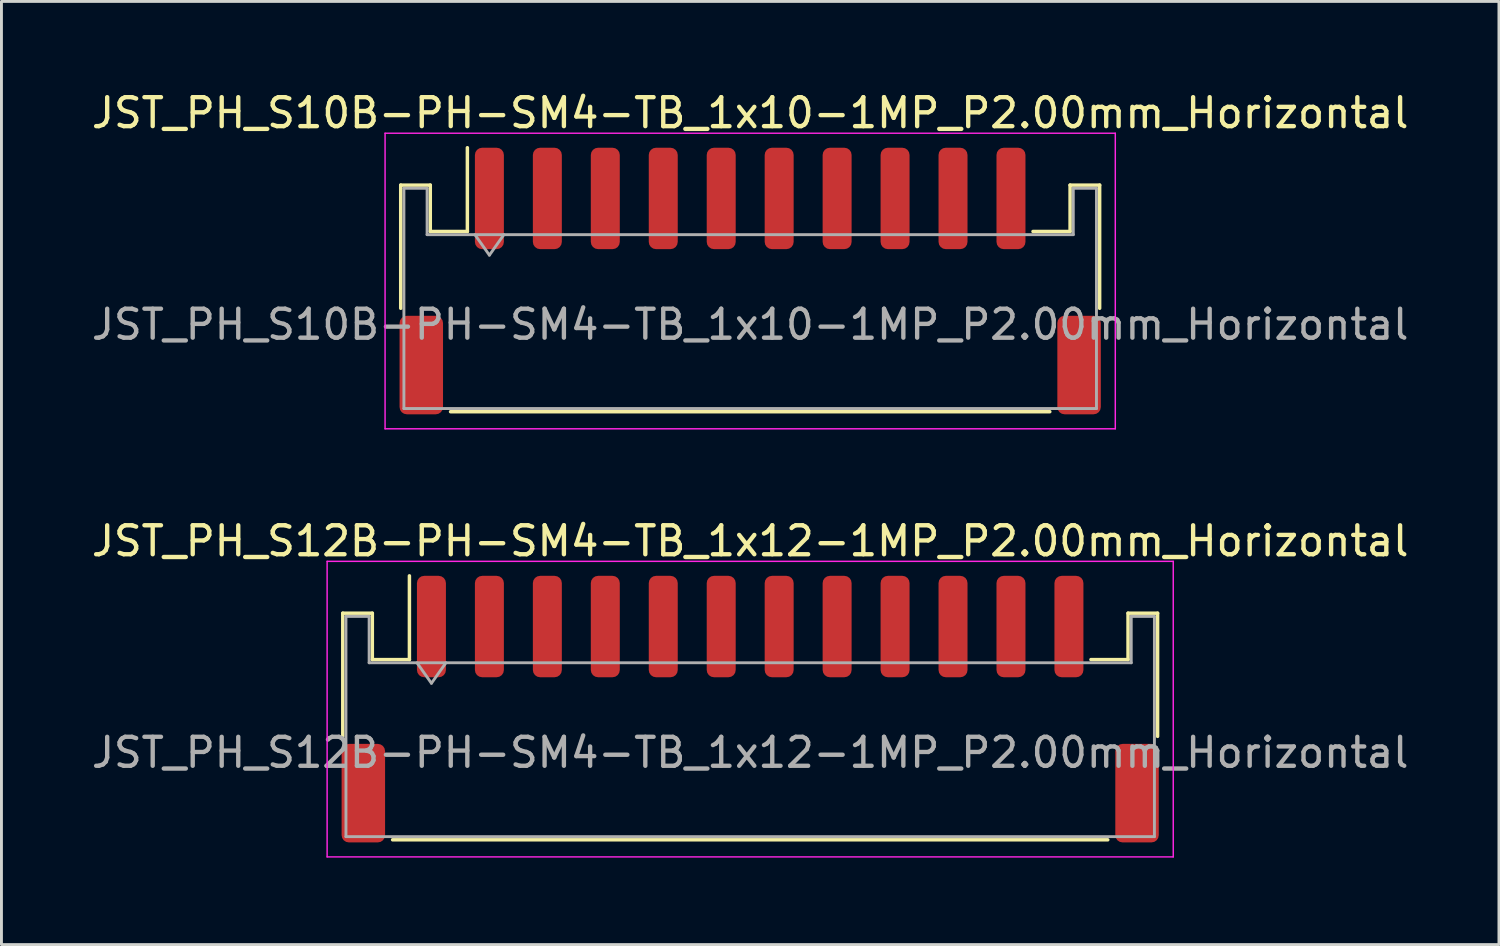
<source format=kicad_pcb>
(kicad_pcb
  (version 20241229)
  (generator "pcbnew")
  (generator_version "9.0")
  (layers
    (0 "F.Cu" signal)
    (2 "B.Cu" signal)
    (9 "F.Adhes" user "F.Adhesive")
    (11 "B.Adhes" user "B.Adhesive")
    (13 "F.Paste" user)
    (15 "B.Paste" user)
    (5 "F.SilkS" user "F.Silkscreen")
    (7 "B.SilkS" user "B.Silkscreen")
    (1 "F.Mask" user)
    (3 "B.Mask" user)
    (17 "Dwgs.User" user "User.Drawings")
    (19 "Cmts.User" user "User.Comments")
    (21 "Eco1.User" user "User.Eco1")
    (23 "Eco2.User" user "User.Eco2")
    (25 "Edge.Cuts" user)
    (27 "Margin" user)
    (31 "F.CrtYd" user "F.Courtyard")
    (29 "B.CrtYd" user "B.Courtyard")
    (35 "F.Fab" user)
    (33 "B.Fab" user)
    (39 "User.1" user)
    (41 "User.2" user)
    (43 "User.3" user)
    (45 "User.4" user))
  (footprint "JST_PH_S12B-PH-SM4-TB_1x12-1MP_P2.00mm_Horizontal"
    (layer "F.Cu")
    (at 22.839 21.422)
    (property "Reference" "JST_PH_S12B-PH-SM4-TB_1x12-1MP_P2.00mm_Horizontal" (at 0 -5.8 0) (layer "F.SilkS") (effects (font (size 1 1) (thickness 0.15))))
    (attr smd)
    (fp_line (start -14.06 -3.31) (end -13.04 -3.31) (stroke (width 0.12) (type solid)) (layer "F.SilkS"))
    (fp_line (start -14.06 0.94) (end -14.06 -3.31) (stroke (width 0.12) (type solid)) (layer "F.SilkS"))
    (fp_line (start -13.04 -3.31) (end -13.04 -1.71) (stroke (width 0.12) (type solid)) (layer "F.SilkS"))
    (fp_line (start -13.04 -1.71) (end -11.76 -1.71) (stroke (width 0.12) (type solid)) (layer "F.SilkS"))
    (fp_line (start -12.34 4.51) (end 12.34 4.51) (stroke (width 0.12) (type solid)) (layer "F.SilkS"))
    (fp_line (start -11.76 -1.71) (end -11.76 -4.6) (stroke (width 0.12) (type solid)) (layer "F.SilkS"))
    (fp_line (start 13.04 -3.31) (end 13.04 -1.71) (stroke (width 0.12) (type solid)) (layer "F.SilkS"))
    (fp_line (start 13.04 -1.71) (end 11.76 -1.71) (stroke (width 0.12) (type solid)) (layer "F.SilkS"))
    (fp_line (start 14.06 -3.31) (end 13.04 -3.31) (stroke (width 0.12) (type solid)) (layer "F.SilkS"))
    (fp_line (start 14.06 0.94) (end 14.06 -3.31) (stroke (width 0.12) (type solid)) (layer "F.SilkS"))
    (fp_line (start -14.6 -5.1) (end -14.6 5.1) (stroke (width 0.05) (type solid)) (layer "F.CrtYd"))
    (fp_line (start -14.6 5.1) (end 14.6 5.1) (stroke (width 0.05) (type solid)) (layer "F.CrtYd"))
    (fp_line (start 14.6 -5.1) (end -14.6 -5.1) (stroke (width 0.05) (type solid)) (layer "F.CrtYd"))
    (fp_line (start 14.6 5.1) (end 14.6 -5.1) (stroke (width 0.05) (type solid)) (layer "F.CrtYd"))
    (fp_line (start -13.95 -3.2) (end -13.95 4.4) (stroke (width 0.1) (type solid)) (layer "F.Fab"))
    (fp_line (start -13.95 -3.2) (end -13.15 -3.2) (stroke (width 0.1) (type solid)) (layer "F.Fab"))
    (fp_line (start -13.95 4.4) (end 13.95 4.4) (stroke (width 0.1) (type solid)) (layer "F.Fab"))
    (fp_line (start -13.15 -3.2) (end -13.15 -1.6) (stroke (width 0.1) (type solid)) (layer "F.Fab"))
    (fp_line (start -13.15 -1.6) (end 13.15 -1.6) (stroke (width 0.1) (type solid)) (layer "F.Fab"))
    (fp_line (start -11.5 -1.6) (end -11 -0.893) (stroke (width 0.1) (type solid)) (layer "F.Fab"))
    (fp_line (start -11 -0.893) (end -10.5 -1.6) (stroke (width 0.1) (type solid)) (layer "F.Fab"))
    (fp_line (start 13.15 -3.2) (end 13.95 -3.2) (stroke (width 0.1) (type solid)) (layer "F.Fab"))
    (fp_line (start 13.15 -1.6) (end 13.15 -3.2) (stroke (width 0.1) (type solid)) (layer "F.Fab"))
    (fp_line (start 13.95 -3.2) (end 13.95 4.4) (stroke (width 0.1) (type solid)) (layer "F.Fab"))
    (fp_text user "${REFERENCE}" (at 0 1.5 0) (layer "F.Fab") (effects (font (size 1 1) (thickness 0.15))))
    (pad "1" smd roundrect (at -11 -2.85) (size 1 3.5) (layers "F.Cu" "F.Mask" "F.Paste") (roundrect_rratio 0.25))
    (pad "2" smd roundrect (at -9 -2.85) (size 1 3.5) (layers "F.Cu" "F.Mask" "F.Paste") (roundrect_rratio 0.25))
    (pad "3" smd roundrect (at -7 -2.85) (size 1 3.5) (layers "F.Cu" "F.Mask" "F.Paste") (roundrect_rratio 0.25))
    (pad "4" smd roundrect (at -5 -2.85) (size 1 3.5) (layers "F.Cu" "F.Mask" "F.Paste") (roundrect_rratio 0.25))
    (pad "5" smd roundrect (at -3 -2.85) (size 1 3.5) (layers "F.Cu" "F.Mask" "F.Paste") (roundrect_rratio 0.25))
    (pad "6" smd roundrect (at -1 -2.85) (size 1 3.5) (layers "F.Cu" "F.Mask" "F.Paste") (roundrect_rratio 0.25))
    (pad "7" smd roundrect (at 1 -2.85) (size 1 3.5) (layers "F.Cu" "F.Mask" "F.Paste") (roundrect_rratio 0.25))
    (pad "8" smd roundrect (at 3 -2.85) (size 1 3.5) (layers "F.Cu" "F.Mask" "F.Paste") (roundrect_rratio 0.25))
    (pad "9" smd roundrect (at 5 -2.85) (size 1 3.5) (layers "F.Cu" "F.Mask" "F.Paste") (roundrect_rratio 0.25))
    (pad "10" smd roundrect (at 7 -2.85) (size 1 3.5) (layers "F.Cu" "F.Mask" "F.Paste") (roundrect_rratio 0.25))
    (pad "11" smd roundrect (at 9 -2.85) (size 1 3.5) (layers "F.Cu" "F.Mask" "F.Paste") (roundrect_rratio 0.25))
    (pad "12" smd roundrect (at 11 -2.85) (size 1 3.5) (layers "F.Cu" "F.Mask" "F.Paste") (roundrect_rratio 0.25))
    (pad "MP" smd roundrect (at -13.35 2.9) (size 1.5 3.4) (layers "F.Cu" "F.Mask" "F.Paste") (roundrect_rratio 0.167))
    (pad "MP" smd roundrect (at 13.35 2.9) (size 1.5 3.4) (layers "F.Cu" "F.Mask" "F.Paste") (roundrect_rratio 0.167)))
  (footprint "JST_PH_S10B-PH-SM4-TB_1x10-1MP_P2.00mm_Horizontal"
    (layer "F.Cu")
    (at 22.839 6.648)
    (property "Reference" "JST_PH_S10B-PH-SM4-TB_1x10-1MP_P2.00mm_Horizontal" (at 0 -5.8 0) (layer "F.SilkS") (effects (font (size 1 1) (thickness 0.15))))
    (attr smd)
    (fp_line (start -12.06 -3.31) (end -11.04 -3.31) (stroke (width 0.12) (type solid)) (layer "F.SilkS"))
    (fp_line (start -12.06 0.94) (end -12.06 -3.31) (stroke (width 0.12) (type solid)) (layer "F.SilkS"))
    (fp_line (start -11.04 -3.31) (end -11.04 -1.71) (stroke (width 0.12) (type solid)) (layer "F.SilkS"))
    (fp_line (start -11.04 -1.71) (end -9.76 -1.71) (stroke (width 0.12) (type solid)) (layer "F.SilkS"))
    (fp_line (start -10.34 4.51) (end 10.34 4.51) (stroke (width 0.12) (type solid)) (layer "F.SilkS"))
    (fp_line (start -9.76 -1.71) (end -9.76 -4.6) (stroke (width 0.12) (type solid)) (layer "F.SilkS"))
    (fp_line (start 11.04 -3.31) (end 11.04 -1.71) (stroke (width 0.12) (type solid)) (layer "F.SilkS"))
    (fp_line (start 11.04 -1.71) (end 9.76 -1.71) (stroke (width 0.12) (type solid)) (layer "F.SilkS"))
    (fp_line (start 12.06 -3.31) (end 11.04 -3.31) (stroke (width 0.12) (type solid)) (layer "F.SilkS"))
    (fp_line (start 12.06 0.94) (end 12.06 -3.31) (stroke (width 0.12) (type solid)) (layer "F.SilkS"))
    (fp_line (start -12.6 -5.1) (end -12.6 5.1) (stroke (width 0.05) (type solid)) (layer "F.CrtYd"))
    (fp_line (start -12.6 5.1) (end 12.6 5.1) (stroke (width 0.05) (type solid)) (layer "F.CrtYd"))
    (fp_line (start 12.6 -5.1) (end -12.6 -5.1) (stroke (width 0.05) (type solid)) (layer "F.CrtYd"))
    (fp_line (start 12.6 5.1) (end 12.6 -5.1) (stroke (width 0.05) (type solid)) (layer "F.CrtYd"))
    (fp_line (start -11.95 -3.2) (end -11.95 4.4) (stroke (width 0.1) (type solid)) (layer "F.Fab"))
    (fp_line (start -11.95 -3.2) (end -11.15 -3.2) (stroke (width 0.1) (type solid)) (layer "F.Fab"))
    (fp_line (start -11.95 4.4) (end 11.95 4.4) (stroke (width 0.1) (type solid)) (layer "F.Fab"))
    (fp_line (start -11.15 -3.2) (end -11.15 -1.6) (stroke (width 0.1) (type solid)) (layer "F.Fab"))
    (fp_line (start -11.15 -1.6) (end 11.15 -1.6) (stroke (width 0.1) (type solid)) (layer "F.Fab"))
    (fp_line (start -9.5 -1.6) (end -9 -0.893) (stroke (width 0.1) (type solid)) (layer "F.Fab"))
    (fp_line (start -9 -0.893) (end -8.5 -1.6) (stroke (width 0.1) (type solid)) (layer "F.Fab"))
    (fp_line (start 11.15 -3.2) (end 11.95 -3.2) (stroke (width 0.1) (type solid)) (layer "F.Fab"))
    (fp_line (start 11.15 -1.6) (end 11.15 -3.2) (stroke (width 0.1) (type solid)) (layer "F.Fab"))
    (fp_line (start 11.95 -3.2) (end 11.95 4.4) (stroke (width 0.1) (type solid)) (layer "F.Fab"))
    (fp_text user "${REFERENCE}" (at 0 1.5 0) (layer "F.Fab") (effects (font (size 1 1) (thickness 0.15))))
    (pad "1" smd roundrect (at -9 -2.85) (size 1 3.5) (layers "F.Cu" "F.Mask" "F.Paste") (roundrect_rratio 0.25))
    (pad "2" smd roundrect (at -7 -2.85) (size 1 3.5) (layers "F.Cu" "F.Mask" "F.Paste") (roundrect_rratio 0.25))
    (pad "3" smd roundrect (at -5 -2.85) (size 1 3.5) (layers "F.Cu" "F.Mask" "F.Paste") (roundrect_rratio 0.25))
    (pad "4" smd roundrect (at -3 -2.85) (size 1 3.5) (layers "F.Cu" "F.Mask" "F.Paste") (roundrect_rratio 0.25))
    (pad "5" smd roundrect (at -1 -2.85) (size 1 3.5) (layers "F.Cu" "F.Mask" "F.Paste") (roundrect_rratio 0.25))
    (pad "6" smd roundrect (at 1 -2.85) (size 1 3.5) (layers "F.Cu" "F.Mask" "F.Paste") (roundrect_rratio 0.25))
    (pad "7" smd roundrect (at 3 -2.85) (size 1 3.5) (layers "F.Cu" "F.Mask" "F.Paste") (roundrect_rratio 0.25))
    (pad "8" smd roundrect (at 5 -2.85) (size 1 3.5) (layers "F.Cu" "F.Mask" "F.Paste") (roundrect_rratio 0.25))
    (pad "9" smd roundrect (at 7 -2.85) (size 1 3.5) (layers "F.Cu" "F.Mask" "F.Paste") (roundrect_rratio 0.25))
    (pad "10" smd roundrect (at 9 -2.85) (size 1 3.5) (layers "F.Cu" "F.Mask" "F.Paste") (roundrect_rratio 0.25))
    (pad "MP" smd roundrect (at -11.35 2.9) (size 1.5 3.4) (layers "F.Cu" "F.Mask" "F.Paste") (roundrect_rratio 0.167))
    (pad "MP" smd roundrect (at 11.35 2.9) (size 1.5 3.4) (layers "F.Cu" "F.Mask" "F.Paste") (roundrect_rratio 0.167)))
  (gr_rect
    (start -3 -3)
    (end 48.679 29.547)
    (stroke (width 0.1) (type default))
    (fill no)
    (layer "Edge.Cuts")))
</source>
